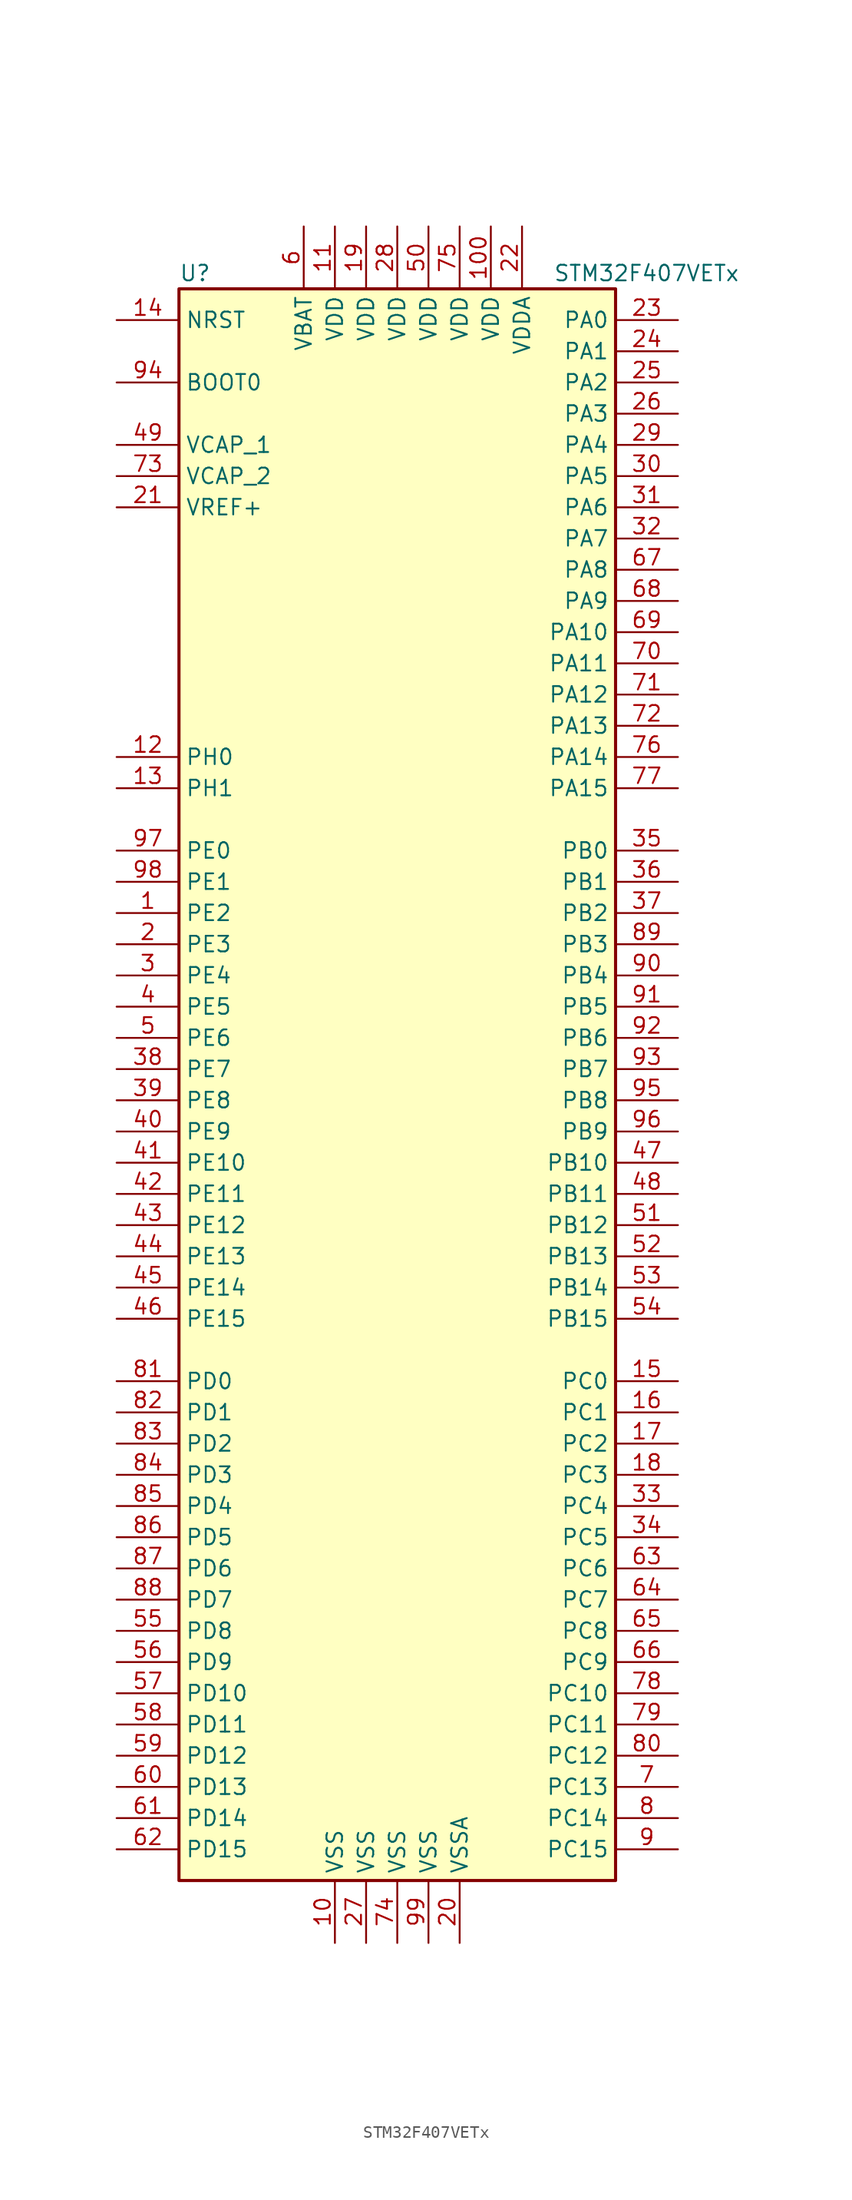
<source format=kicad_sym>
(kicad_symbol_lib
  (version 20220914)
  (generator kicad_symbol_editor)
  (symbol "STM32F407VETx"
    (property "Reference" "U"
      (at -17.78 64.77 0)
      (effects (font (size 1.27 1.27)) (justify left)))
    (property "Value" "STM32F407VETx"
      (at 12.7 64.77 0)
      (effects (font (size 1.27 1.27)) (justify left)))
    (symbol "STM32F407VETx_0_1"
      (rectangle (start -17.78 -66.04) (end 17.78 63.5) (stroke (width 0.254) (type default)) (fill (type background))))
    (symbol "STM32F407VETx_1_1"
      (pin bidirectional line (at -22.86 12.7 0) (length 5.08) (name "PE2" (effects (font (size 1.27 1.27)))) (number "1" (effects (font (size 1.27 1.27)))))
      (pin power_in line (at -5.08 -71.12 90) (length 5.08) (name "VSS" (effects (font (size 1.27 1.27)))) (number "10" (effects (font (size 1.27 1.27)))))
      (pin power_in line (at 7.62 68.58 270) (length 5.08) (name "VDD" (effects (font (size 1.27 1.27)))) (number "100" (effects (font (size 1.27 1.27)))))
      (pin power_in line (at -5.08 68.58 270) (length 5.08) (name "VDD" (effects (font (size 1.27 1.27)))) (number "11" (effects (font (size 1.27 1.27)))))
      (pin input line (at -22.86 25.4 0) (length 5.08) (name "PH0" (effects (font (size 1.27 1.27)))) (number "12" (effects (font (size 1.27 1.27)))))
      (pin input line (at -22.86 22.86 0) (length 5.08) (name "PH1" (effects (font (size 1.27 1.27)))) (number "13" (effects (font (size 1.27 1.27)))))
      (pin input line (at -22.86 60.96 0) (length 5.08) (name "NRST" (effects (font (size 1.27 1.27)))) (number "14" (effects (font (size 1.27 1.27)))))
      (pin bidirectional line (at 22.86 -25.4 180) (length 5.08) (name "PC0" (effects (font (size 1.27 1.27)))) (number "15" (effects (font (size 1.27 1.27)))))
      (pin bidirectional line (at 22.86 -27.94 180) (length 5.08) (name "PC1" (effects (font (size 1.27 1.27)))) (number "16" (effects (font (size 1.27 1.27)))))
      (pin bidirectional line (at 22.86 -30.48 180) (length 5.08) (name "PC2" (effects (font (size 1.27 1.27)))) (number "17" (effects (font (size 1.27 1.27)))))
      (pin bidirectional line (at 22.86 -33.02 180) (length 5.08) (name "PC3" (effects (font (size 1.27 1.27)))) (number "18" (effects (font (size 1.27 1.27)))))
      (pin power_in line (at -2.54 68.58 270) (length 5.08) (name "VDD" (effects (font (size 1.27 1.27)))) (number "19" (effects (font (size 1.27 1.27)))))
      (pin bidirectional line (at -22.86 10.16 0) (length 5.08) (name "PE3" (effects (font (size 1.27 1.27)))) (number "2" (effects (font (size 1.27 1.27)))))
      (pin power_in line (at 5.08 -71.12 90) (length 5.08) (name "VSSA" (effects (font (size 1.27 1.27)))) (number "20" (effects (font (size 1.27 1.27)))))
      (pin power_in line (at -22.86 45.72 0) (length 5.08) (name "VREF+" (effects (font (size 1.27 1.27)))) (number "21" (effects (font (size 1.27 1.27)))))
      (pin power_in line (at 10.16 68.58 270) (length 5.08) (name "VDDA" (effects (font (size 1.27 1.27)))) (number "22" (effects (font (size 1.27 1.27)))))
      (pin bidirectional line (at 22.86 60.96 180) (length 5.08) (name "PA0" (effects (font (size 1.27 1.27)))) (number "23" (effects (font (size 1.27 1.27)))))
      (pin bidirectional line (at 22.86 58.42 180) (length 5.08) (name "PA1" (effects (font (size 1.27 1.27)))) (number "24" (effects (font (size 1.27 1.27)))))
      (pin bidirectional line (at 22.86 55.88 180) (length 5.08) (name "PA2" (effects (font (size 1.27 1.27)))) (number "25" (effects (font (size 1.27 1.27)))))
      (pin bidirectional line (at 22.86 53.34 180) (length 5.08) (name "PA3" (effects (font (size 1.27 1.27)))) (number "26" (effects (font (size 1.27 1.27)))))
      (pin power_in line (at -2.54 -71.12 90) (length 5.08) (name "VSS" (effects (font (size 1.27 1.27)))) (number "27" (effects (font (size 1.27 1.27)))))
      (pin power_in line (at 0 68.58 270) (length 5.08) (name "VDD" (effects (font (size 1.27 1.27)))) (number "28" (effects (font (size 1.27 1.27)))))
      (pin bidirectional line (at 22.86 50.8 180) (length 5.08) (name "PA4" (effects (font (size 1.27 1.27)))) (number "29" (effects (font (size 1.27 1.27)))))
      (pin bidirectional line (at -22.86 7.62 0) (length 5.08) (name "PE4" (effects (font (size 1.27 1.27)))) (number "3" (effects (font (size 1.27 1.27)))))
      (pin bidirectional line (at 22.86 48.26 180) (length 5.08) (name "PA5" (effects (font (size 1.27 1.27)))) (number "30" (effects (font (size 1.27 1.27)))))
      (pin bidirectional line (at 22.86 45.72 180) (length 5.08) (name "PA6" (effects (font (size 1.27 1.27)))) (number "31" (effects (font (size 1.27 1.27)))))
      (pin bidirectional line (at 22.86 43.18 180) (length 5.08) (name "PA7" (effects (font (size 1.27 1.27)))) (number "32" (effects (font (size 1.27 1.27)))))
      (pin bidirectional line (at 22.86 -35.56 180) (length 5.08) (name "PC4" (effects (font (size 1.27 1.27)))) (number "33" (effects (font (size 1.27 1.27)))))
      (pin bidirectional line (at 22.86 -38.1 180) (length 5.08) (name "PC5" (effects (font (size 1.27 1.27)))) (number "34" (effects (font (size 1.27 1.27)))))
      (pin bidirectional line (at 22.86 17.78 180) (length 5.08) (name "PB0" (effects (font (size 1.27 1.27)))) (number "35" (effects (font (size 1.27 1.27)))))
      (pin bidirectional line (at 22.86 15.24 180) (length 5.08) (name "PB1" (effects (font (size 1.27 1.27)))) (number "36" (effects (font (size 1.27 1.27)))))
      (pin bidirectional line (at 22.86 12.7 180) (length 5.08) (name "PB2" (effects (font (size 1.27 1.27)))) (number "37" (effects (font (size 1.27 1.27)))))
      (pin bidirectional line (at -22.86 0 0) (length 5.08) (name "PE7" (effects (font (size 1.27 1.27)))) (number "38" (effects (font (size 1.27 1.27)))))
      (pin bidirectional line (at -22.86 -2.54 0) (length 5.08) (name "PE8" (effects (font (size 1.27 1.27)))) (number "39" (effects (font (size 1.27 1.27)))))
      (pin bidirectional line (at -22.86 5.08 0) (length 5.08) (name "PE5" (effects (font (size 1.27 1.27)))) (number "4" (effects (font (size 1.27 1.27)))))
      (pin bidirectional line (at -22.86 -5.08 0) (length 5.08) (name "PE9" (effects (font (size 1.27 1.27)))) (number "40" (effects (font (size 1.27 1.27)))))
      (pin bidirectional line (at -22.86 -7.62 0) (length 5.08) (name "PE10" (effects (font (size 1.27 1.27)))) (number "41" (effects (font (size 1.27 1.27)))))
      (pin bidirectional line (at -22.86 -10.16 0) (length 5.08) (name "PE11" (effects (font (size 1.27 1.27)))) (number "42" (effects (font (size 1.27 1.27)))))
      (pin bidirectional line (at -22.86 -12.7 0) (length 5.08) (name "PE12" (effects (font (size 1.27 1.27)))) (number "43" (effects (font (size 1.27 1.27)))))
      (pin bidirectional line (at -22.86 -15.24 0) (length 5.08) (name "PE13" (effects (font (size 1.27 1.27)))) (number "44" (effects (font (size 1.27 1.27)))))
      (pin bidirectional line (at -22.86 -17.78 0) (length 5.08) (name "PE14" (effects (font (size 1.27 1.27)))) (number "45" (effects (font (size 1.27 1.27)))))
      (pin bidirectional line (at -22.86 -20.32 0) (length 5.08) (name "PE15" (effects (font (size 1.27 1.27)))) (number "46" (effects (font (size 1.27 1.27)))))
      (pin bidirectional line (at 22.86 -7.62 180) (length 5.08) (name "PB10" (effects (font (size 1.27 1.27)))) (number "47" (effects (font (size 1.27 1.27)))))
      (pin bidirectional line (at 22.86 -10.16 180) (length 5.08) (name "PB11" (effects (font (size 1.27 1.27)))) (number "48" (effects (font (size 1.27 1.27)))))
      (pin power_in line (at -22.86 50.8 0) (length 5.08) (name "VCAP_1" (effects (font (size 1.27 1.27)))) (number "49" (effects (font (size 1.27 1.27)))))
      (pin bidirectional line (at -22.86 2.54 0) (length 5.08) (name "PE6" (effects (font (size 1.27 1.27)))) (number "5" (effects (font (size 1.27 1.27)))))
      (pin power_in line (at 2.54 68.58 270) (length 5.08) (name "VDD" (effects (font (size 1.27 1.27)))) (number "50" (effects (font (size 1.27 1.27)))))
      (pin bidirectional line (at 22.86 -12.7 180) (length 5.08) (name "PB12" (effects (font (size 1.27 1.27)))) (number "51" (effects (font (size 1.27 1.27)))))
      (pin bidirectional line (at 22.86 -15.24 180) (length 5.08) (name "PB13" (effects (font (size 1.27 1.27)))) (number "52" (effects (font (size 1.27 1.27)))))
      (pin bidirectional line (at 22.86 -17.78 180) (length 5.08) (name "PB14" (effects (font (size 1.27 1.27)))) (number "53" (effects (font (size 1.27 1.27)))))
      (pin bidirectional line (at 22.86 -20.32 180) (length 5.08) (name "PB15" (effects (font (size 1.27 1.27)))) (number "54" (effects (font (size 1.27 1.27)))))
      (pin bidirectional line (at -22.86 -45.72 0) (length 5.08) (name "PD8" (effects (font (size 1.27 1.27)))) (number "55" (effects (font (size 1.27 1.27)))))
      (pin bidirectional line (at -22.86 -48.26 0) (length 5.08) (name "PD9" (effects (font (size 1.27 1.27)))) (number "56" (effects (font (size 1.27 1.27)))))
      (pin bidirectional line (at -22.86 -50.8 0) (length 5.08) (name "PD10" (effects (font (size 1.27 1.27)))) (number "57" (effects (font (size 1.27 1.27)))))
      (pin bidirectional line (at -22.86 -53.34 0) (length 5.08) (name "PD11" (effects (font (size 1.27 1.27)))) (number "58" (effects (font (size 1.27 1.27)))))
      (pin bidirectional line (at -22.86 -55.88 0) (length 5.08) (name "PD12" (effects (font (size 1.27 1.27)))) (number "59" (effects (font (size 1.27 1.27)))))
      (pin power_in line (at -7.62 68.58 270) (length 5.08) (name "VBAT" (effects (font (size 1.27 1.27)))) (number "6" (effects (font (size 1.27 1.27)))))
      (pin bidirectional line (at -22.86 -58.42 0) (length 5.08) (name "PD13" (effects (font (size 1.27 1.27)))) (number "60" (effects (font (size 1.27 1.27)))))
      (pin bidirectional line (at -22.86 -60.96 0) (length 5.08) (name "PD14" (effects (font (size 1.27 1.27)))) (number "61" (effects (font (size 1.27 1.27)))))
      (pin bidirectional line (at -22.86 -63.5 0) (length 5.08) (name "PD15" (effects (font (size 1.27 1.27)))) (number "62" (effects (font (size 1.27 1.27)))))
      (pin bidirectional line (at 22.86 -40.64 180) (length 5.08) (name "PC6" (effects (font (size 1.27 1.27)))) (number "63" (effects (font (size 1.27 1.27)))))
      (pin bidirectional line (at 22.86 -43.18 180) (length 5.08) (name "PC7" (effects (font (size 1.27 1.27)))) (number "64" (effects (font (size 1.27 1.27)))))
      (pin bidirectional line (at 22.86 -45.72 180) (length 5.08) (name "PC8" (effects (font (size 1.27 1.27)))) (number "65" (effects (font (size 1.27 1.27)))))
      (pin bidirectional line (at 22.86 -48.26 180) (length 5.08) (name "PC9" (effects (font (size 1.27 1.27)))) (number "66" (effects (font (size 1.27 1.27)))))
      (pin bidirectional line (at 22.86 40.64 180) (length 5.08) (name "PA8" (effects (font (size 1.27 1.27)))) (number "67" (effects (font (size 1.27 1.27)))))
      (pin bidirectional line (at 22.86 38.1 180) (length 5.08) (name "PA9" (effects (font (size 1.27 1.27)))) (number "68" (effects (font (size 1.27 1.27)))))
      (pin bidirectional line (at 22.86 35.56 180) (length 5.08) (name "PA10" (effects (font (size 1.27 1.27)))) (number "69" (effects (font (size 1.27 1.27)))))
      (pin bidirectional line (at 22.86 -58.42 180) (length 5.08) (name "PC13" (effects (font (size 1.27 1.27)))) (number "7" (effects (font (size 1.27 1.27)))))
      (pin bidirectional line (at 22.86 33.02 180) (length 5.08) (name "PA11" (effects (font (size 1.27 1.27)))) (number "70" (effects (font (size 1.27 1.27)))))
      (pin bidirectional line (at 22.86 30.48 180) (length 5.08) (name "PA12" (effects (font (size 1.27 1.27)))) (number "71" (effects (font (size 1.27 1.27)))))
      (pin bidirectional line (at 22.86 27.94 180) (length 5.08) (name "PA13" (effects (font (size 1.27 1.27)))) (number "72" (effects (font (size 1.27 1.27)))))
      (pin power_in line (at -22.86 48.26 0) (length 5.08) (name "VCAP_2" (effects (font (size 1.27 1.27)))) (number "73" (effects (font (size 1.27 1.27)))))
      (pin power_in line (at 0 -71.12 90) (length 5.08) (name "VSS" (effects (font (size 1.27 1.27)))) (number "74" (effects (font (size 1.27 1.27)))))
      (pin power_in line (at 5.08 68.58 270) (length 5.08) (name "VDD" (effects (font (size 1.27 1.27)))) (number "75" (effects (font (size 1.27 1.27)))))
      (pin bidirectional line (at 22.86 25.4 180) (length 5.08) (name "PA14" (effects (font (size 1.27 1.27)))) (number "76" (effects (font (size 1.27 1.27)))))
      (pin bidirectional line (at 22.86 22.86 180) (length 5.08) (name "PA15" (effects (font (size 1.27 1.27)))) (number "77" (effects (font (size 1.27 1.27)))))
      (pin bidirectional line (at 22.86 -50.8 180) (length 5.08) (name "PC10" (effects (font (size 1.27 1.27)))) (number "78" (effects (font (size 1.27 1.27)))))
      (pin bidirectional line (at 22.86 -53.34 180) (length 5.08) (name "PC11" (effects (font (size 1.27 1.27)))) (number "79" (effects (font (size 1.27 1.27)))))
      (pin bidirectional line (at 22.86 -60.96 180) (length 5.08) (name "PC14" (effects (font (size 1.27 1.27)))) (number "8" (effects (font (size 1.27 1.27)))))
      (pin bidirectional line (at 22.86 -55.88 180) (length 5.08) (name "PC12" (effects (font (size 1.27 1.27)))) (number "80" (effects (font (size 1.27 1.27)))))
      (pin bidirectional line (at -22.86 -25.4 0) (length 5.08) (name "PD0" (effects (font (size 1.27 1.27)))) (number "81" (effects (font (size 1.27 1.27)))))
      (pin bidirectional line (at -22.86 -27.94 0) (length 5.08) (name "PD1" (effects (font (size 1.27 1.27)))) (number "82" (effects (font (size 1.27 1.27)))))
      (pin bidirectional line (at -22.86 -30.48 0) (length 5.08) (name "PD2" (effects (font (size 1.27 1.27)))) (number "83" (effects (font (size 1.27 1.27)))))
      (pin bidirectional line (at -22.86 -33.02 0) (length 5.08) (name "PD3" (effects (font (size 1.27 1.27)))) (number "84" (effects (font (size 1.27 1.27)))))
      (pin bidirectional line (at -22.86 -35.56 0) (length 5.08) (name "PD4" (effects (font (size 1.27 1.27)))) (number "85" (effects (font (size 1.27 1.27)))))
      (pin bidirectional line (at -22.86 -38.1 0) (length 5.08) (name "PD5" (effects (font (size 1.27 1.27)))) (number "86" (effects (font (size 1.27 1.27)))))
      (pin bidirectional line (at -22.86 -40.64 0) (length 5.08) (name "PD6" (effects (font (size 1.27 1.27)))) (number "87" (effects (font (size 1.27 1.27)))))
      (pin bidirectional line (at -22.86 -43.18 0) (length 5.08) (name "PD7" (effects (font (size 1.27 1.27)))) (number "88" (effects (font (size 1.27 1.27)))))
      (pin bidirectional line (at 22.86 10.16 180) (length 5.08) (name "PB3" (effects (font (size 1.27 1.27)))) (number "89" (effects (font (size 1.27 1.27)))))
      (pin bidirectional line (at 22.86 -63.5 180) (length 5.08) (name "PC15" (effects (font (size 1.27 1.27)))) (number "9" (effects (font (size 1.27 1.27)))))
      (pin bidirectional line (at 22.86 7.62 180) (length 5.08) (name "PB4" (effects (font (size 1.27 1.27)))) (number "90" (effects (font (size 1.27 1.27)))))
      (pin bidirectional line (at 22.86 5.08 180) (length 5.08) (name "PB5" (effects (font (size 1.27 1.27)))) (number "91" (effects (font (size 1.27 1.27)))))
      (pin bidirectional line (at 22.86 2.54 180) (length 5.08) (name "PB6" (effects (font (size 1.27 1.27)))) (number "92" (effects (font (size 1.27 1.27)))))
      (pin bidirectional line (at 22.86 0 180) (length 5.08) (name "PB7" (effects (font (size 1.27 1.27)))) (number "93" (effects (font (size 1.27 1.27)))))
      (pin input line (at -22.86 55.88 0) (length 5.08) (name "BOOT0" (effects (font (size 1.27 1.27)))) (number "94" (effects (font (size 1.27 1.27)))))
      (pin bidirectional line (at 22.86 -2.54 180) (length 5.08) (name "PB8" (effects (font (size 1.27 1.27)))) (number "95" (effects (font (size 1.27 1.27)))))
      (pin bidirectional line (at 22.86 -5.08 180) (length 5.08) (name "PB9" (effects (font (size 1.27 1.27)))) (number "96" (effects (font (size 1.27 1.27)))))
      (pin bidirectional line (at -22.86 17.78 0) (length 5.08) (name "PE0" (effects (font (size 1.27 1.27)))) (number "97" (effects (font (size 1.27 1.27)))))
      (pin bidirectional line (at -22.86 15.24 0) (length 5.08) (name "PE1" (effects (font (size 1.27 1.27)))) (number "98" (effects (font (size 1.27 1.27)))))
      (pin power_in line (at 2.54 -71.12 90) (length 5.08) (name "VSS" (effects (font (size 1.27 1.27)))) (number "99" (effects (font (size 1.27 1.27))))))))
</source>
